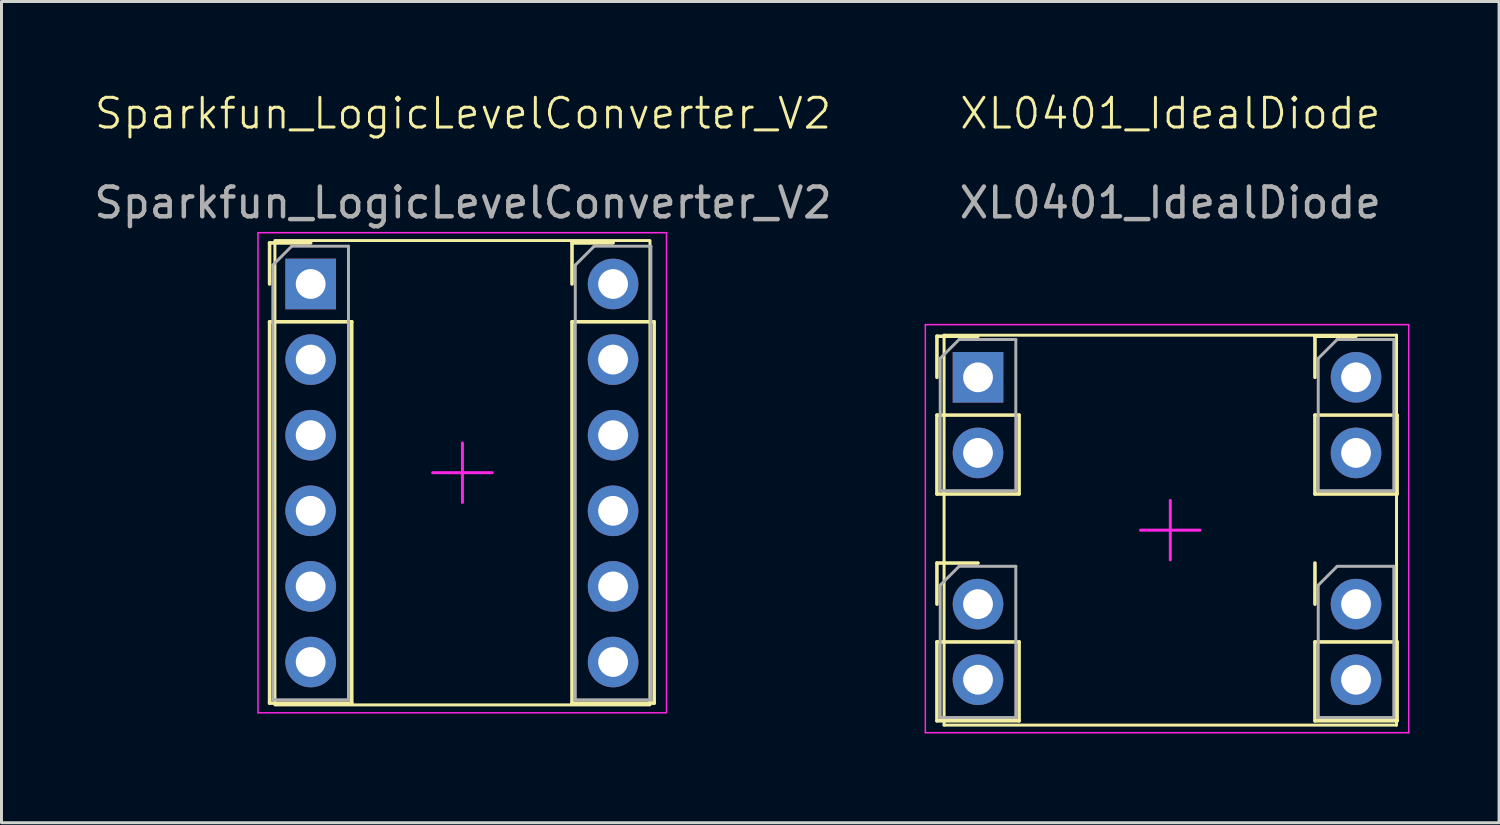
<source format=kicad_pcb>
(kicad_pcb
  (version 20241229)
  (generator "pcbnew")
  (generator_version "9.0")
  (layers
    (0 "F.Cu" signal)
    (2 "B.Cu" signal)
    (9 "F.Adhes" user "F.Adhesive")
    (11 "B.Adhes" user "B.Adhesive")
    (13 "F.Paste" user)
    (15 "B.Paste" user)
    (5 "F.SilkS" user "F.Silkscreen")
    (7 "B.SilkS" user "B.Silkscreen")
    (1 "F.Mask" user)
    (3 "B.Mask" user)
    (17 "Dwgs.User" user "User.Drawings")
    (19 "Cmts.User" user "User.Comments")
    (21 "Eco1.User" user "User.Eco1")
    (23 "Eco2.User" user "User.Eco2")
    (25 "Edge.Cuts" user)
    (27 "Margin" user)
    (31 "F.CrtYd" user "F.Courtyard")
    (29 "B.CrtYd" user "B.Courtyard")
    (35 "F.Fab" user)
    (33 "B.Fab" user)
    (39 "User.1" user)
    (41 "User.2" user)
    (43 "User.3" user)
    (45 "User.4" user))
  (footprint "Sparkfun_LogicLevelConverter_V2"
    (layer "F.Cu")
    (at 12.486 12.831)
    (property "Reference" "Sparkfun_LogicLevelConverter_V2" (at 0.02 -12.07 0) (unlocked yes) (layer "F.SilkS") (effects (font (size 1 1) (thickness 0.1))))
    (attr smd)
    (fp_line (start -6.479 -7.72) (end -5.099 -7.72) (stroke (width 0.12) (type solid)) (layer "F.SilkS"))
    (fp_line (start -6.479 -6.34) (end -6.479 -7.72) (stroke (width 0.12) (type solid)) (layer "F.SilkS"))
    (fp_line (start -6.479 -5.07) (end -6.479 7.74) (stroke (width 0.12) (type solid)) (layer "F.SilkS"))
    (fp_line (start -6.479 -5.07) (end -3.719 -5.07) (stroke (width 0.12) (type solid)) (layer "F.SilkS"))
    (fp_line (start -6.479 7.74) (end -3.719 7.74) (stroke (width 0.12) (type solid)) (layer "F.SilkS"))
    (fp_line (start -3.719 -5.07) (end -3.719 7.74) (stroke (width 0.12) (type solid)) (layer "F.SilkS"))
    (fp_line (start 3.681 -7.72) (end 5.061 -7.72) (stroke (width 0.12) (type solid)) (layer "F.SilkS"))
    (fp_line (start 3.681 -6.34) (end 3.681 -7.72) (stroke (width 0.12) (type solid)) (layer "F.SilkS"))
    (fp_line (start 3.681 -5.07) (end 3.681 7.74) (stroke (width 0.12) (type solid)) (layer "F.SilkS"))
    (fp_line (start 3.681 -5.07) (end 6.441 -5.07) (stroke (width 0.12) (type solid)) (layer "F.SilkS"))
    (fp_line (start 3.681 7.74) (end 6.441 7.74) (stroke (width 0.12) (type solid)) (layer "F.SilkS"))
    (fp_line (start 6.441 -5.07) (end 6.441 7.74) (stroke (width 0.12) (type solid)) (layer "F.SilkS"))
    (fp_rect (start -6.3 -7.8) (end 6.3 7.8) (stroke (width 0.1) (type solid)) (fill no) (layer "F.SilkS"))
    (fp_line (start -6.869 -8.063) (end -6.869 8.066) (stroke (width 0.05) (type solid)) (layer "F.CrtYd"))
    (fp_line (start -6.86 8.066) (end 6.839 8.066) (stroke (width 0.05) (type solid)) (layer "F.CrtYd"))
    (fp_line (start 0 0) (end -1 0) (stroke (width 0.1) (type solid)) (layer "F.CrtYd"))
    (fp_line (start 0 0) (end 0 -1) (stroke (width 0.1) (type solid)) (layer "F.CrtYd"))
    (fp_line (start 0 0) (end 0 1) (stroke (width 0.1) (type solid)) (layer "F.CrtYd"))
    (fp_line (start 0 0) (end 1 0) (stroke (width 0.1) (type solid)) (layer "F.CrtYd"))
    (fp_line (start 6.856 -8.063) (end -6.869 -8.063) (stroke (width 0.05) (type solid)) (layer "F.CrtYd"))
    (fp_line (start 6.856 8.066) (end 6.856 -8.063) (stroke (width 0.05) (type solid)) (layer "F.CrtYd"))
    (fp_line (start -6.369 -6.975) (end -5.734 -7.61) (stroke (width 0.1) (type solid)) (layer "F.Fab"))
    (fp_line (start -6.369 7.63) (end -6.369 -6.975) (stroke (width 0.1) (type solid)) (layer "F.Fab"))
    (fp_line (start -5.734 -7.61) (end -3.829 -7.61) (stroke (width 0.1) (type solid)) (layer "F.Fab"))
    (fp_line (start -3.829 -7.61) (end -3.829 7.63) (stroke (width 0.1) (type solid)) (layer "F.Fab"))
    (fp_line (start -3.829 7.63) (end -6.369 7.63) (stroke (width 0.1) (type solid)) (layer "F.Fab"))
    (fp_line (start 3.791 -6.975) (end 4.426 -7.61) (stroke (width 0.1) (type solid)) (layer "F.Fab"))
    (fp_line (start 3.791 7.63) (end 3.791 -6.975) (stroke (width 0.1) (type solid)) (layer "F.Fab"))
    (fp_line (start 4.426 -7.61) (end 6.331 -7.61) (stroke (width 0.1) (type solid)) (layer "F.Fab"))
    (fp_line (start 6.331 -7.61) (end 6.331 7.63) (stroke (width 0.1) (type solid)) (layer "F.Fab"))
    (fp_line (start 6.331 7.63) (end 3.791 7.63) (stroke (width 0.1) (type solid)) (layer "F.Fab"))
    (fp_text user "${REFERENCE}" (at 0.02 -9.07 0) (unlocked yes) (layer "F.Fab") (effects (font (size 1 1) (thickness 0.15))))
    (pad "1" thru_hole rect (at -5.099 -6.34) (size 1.7 1.7) (drill 1) (layers "*.Cu" "*.Mask"))
    (pad "2" thru_hole circle (at -5.099 -3.8) (size 1.7 1.7) (drill 1) (layers "*.Cu" "*.Mask"))
    (pad "3" thru_hole circle (at -5.099 -1.26) (size 1.7 1.7) (drill 1) (layers "*.Cu" "*.Mask"))
    (pad "4" thru_hole circle (at -5.099 1.28) (size 1.7 1.7) (drill 1) (layers "*.Cu" "*.Mask"))
    (pad "5" thru_hole circle (at -5.099 3.82) (size 1.7 1.7) (drill 1) (layers "*.Cu" "*.Mask"))
    (pad "6" thru_hole circle (at -5.099 6.36) (size 1.7 1.7) (drill 1) (layers "*.Cu" "*.Mask"))
    (pad "7" thru_hole circle (at 5.061 6.36) (size 1.7 1.7) (drill 1) (layers "*.Cu" "*.Mask"))
    (pad "8" thru_hole circle (at 5.061 3.82) (size 1.7 1.7) (drill 1) (layers "*.Cu" "*.Mask"))
    (pad "9" thru_hole circle (at 5.061 1.28) (size 1.7 1.7) (drill 1) (layers "*.Cu" "*.Mask"))
    (pad "10" thru_hole circle (at 5.061 -1.26) (size 1.7 1.7) (drill 1) (layers "*.Cu" "*.Mask"))
    (pad "11" thru_hole circle (at 5.061 -3.8) (size 1.7 1.7) (drill 1) (layers "*.Cu" "*.Mask"))
    (pad "12" thru_hole circle (at 5.061 -6.34) (size 1.7 1.7) (drill 1) (layers "*.Cu" "*.Mask")))
  (footprint "XL0401_IdealDiode"
    (layer "F.Cu")
    (at 36.267 14.761)
    (property "Reference" "XL0401_IdealDiode" (at 0 -14 0) (unlocked yes) (layer "F.SilkS") (effects (font (size 1 1) (thickness 0.1))))
    (attr smd)
    (fp_line (start -7.84 -6.515) (end -6.46 -6.515) (stroke (width 0.12) (type solid)) (layer "F.SilkS"))
    (fp_line (start -7.84 -5.135) (end -7.84 -6.515) (stroke (width 0.12) (type solid)) (layer "F.SilkS"))
    (fp_line (start -7.84 -3.865) (end -7.84 -1.215) (stroke (width 0.12) (type solid)) (layer "F.SilkS"))
    (fp_line (start -7.84 -3.865) (end -5.08 -3.865) (stroke (width 0.12) (type solid)) (layer "F.SilkS"))
    (fp_line (start -7.84 -1.215) (end -5.08 -1.215) (stroke (width 0.12) (type solid)) (layer "F.SilkS"))
    (fp_line (start -7.84 1.105) (end -6.46 1.105) (stroke (width 0.12) (type solid)) (layer "F.SilkS"))
    (fp_line (start -7.84 2.485) (end -7.84 1.105) (stroke (width 0.12) (type solid)) (layer "F.SilkS"))
    (fp_line (start -7.84 3.755) (end -7.84 6.405) (stroke (width 0.12) (type solid)) (layer "F.SilkS"))
    (fp_line (start -7.84 3.755) (end -5.08 3.755) (stroke (width 0.12) (type solid)) (layer "F.SilkS"))
    (fp_line (start -7.84 6.405) (end -5.08 6.405) (stroke (width 0.12) (type solid)) (layer "F.SilkS"))
    (fp_line (start -7.6 -6.55) (end -7.6 6.55) (stroke (width 0.1) (type solid)) (layer "F.SilkS"))
    (fp_line (start -5.08 -3.865) (end -5.08 -1.215) (stroke (width 0.12) (type solid)) (layer "F.SilkS"))
    (fp_line (start -5.08 3.755) (end -5.08 6.405) (stroke (width 0.12) (type solid)) (layer "F.SilkS"))
    (fp_line (start 4.86 -6.515) (end 6.24 -6.515) (stroke (width 0.12) (type solid)) (layer "F.SilkS"))
    (fp_line (start 4.86 -5.135) (end 4.86 -6.515) (stroke (width 0.12) (type solid)) (layer "F.SilkS"))
    (fp_line (start 4.86 -3.865) (end 4.86 -1.215) (stroke (width 0.12) (type solid)) (layer "F.SilkS"))
    (fp_line (start 4.86 -3.865) (end 7.62 -3.865) (stroke (width 0.12) (type solid)) (layer "F.SilkS"))
    (fp_line (start 4.86 -1.215) (end 7.62 -1.215) (stroke (width 0.12) (type solid)) (layer "F.SilkS"))
    (fp_line (start 4.86 2.485) (end 4.86 1.105) (stroke (width 0.12) (type solid)) (layer "F.SilkS"))
    (fp_line (start 4.86 3.755) (end 4.86 6.405) (stroke (width 0.12) (type solid)) (layer "F.SilkS"))
    (fp_line (start 4.86 3.755) (end 7.62 3.755) (stroke (width 0.12) (type solid)) (layer "F.SilkS"))
    (fp_line (start 4.86 6.405) (end 7.62 6.405) (stroke (width 0.12) (type solid)) (layer "F.SilkS"))
    (fp_line (start 7.6 -6.55) (end -7.6 -6.55) (stroke (width 0.1) (type solid)) (layer "F.SilkS"))
    (fp_line (start 7.6 -6.55) (end 7.6 6.55) (stroke (width 0.1) (type solid)) (layer "F.SilkS"))
    (fp_line (start 7.6 6.55) (end -7.6 6.55) (stroke (width 0.1) (type solid)) (layer "F.SilkS"))
    (fp_line (start 7.62 -3.865) (end 7.62 -1.215) (stroke (width 0.12) (type solid)) (layer "F.SilkS"))
    (fp_line (start 7.62 3.755) (end 7.62 6.405) (stroke (width 0.12) (type solid)) (layer "F.SilkS"))
    (fp_line (start -8.23 -6.9) (end -8.23 6.805) (stroke (width 0.05) (type solid)) (layer "F.CrtYd"))
    (fp_line (start -8.23 6.805) (end 8.02 6.805) (stroke (width 0.05) (type solid)) (layer "F.CrtYd"))
    (fp_line (start -1 0) (end 0 0) (stroke (width 0.1) (type solid)) (layer "F.CrtYd"))
    (fp_line (start 0 -1) (end 0 0) (stroke (width 0.1) (type solid)) (layer "F.CrtYd"))
    (fp_line (start 0 1) (end 0 0) (stroke (width 0.1) (type solid)) (layer "F.CrtYd"))
    (fp_line (start 1 0) (end 0 0) (stroke (width 0.1) (type solid)) (layer "F.CrtYd"))
    (fp_line (start 8.01 -6.905) (end -8.23 -6.905) (stroke (width 0.05) (type solid)) (layer "F.CrtYd"))
    (fp_line (start 8.01 6.805) (end 8.01 -6.9) (stroke (width 0.05) (type solid)) (layer "F.CrtYd"))
    (fp_line (start -7.73 -5.77) (end -7.095 -6.405) (stroke (width 0.1) (type solid)) (layer "F.Fab"))
    (fp_line (start -7.73 -1.325) (end -7.73 -5.77) (stroke (width 0.1) (type solid)) (layer "F.Fab"))
    (fp_line (start -7.73 1.85) (end -7.095 1.215) (stroke (width 0.1) (type solid)) (layer "F.Fab"))
    (fp_line (start -7.73 6.295) (end -7.73 1.85) (stroke (width 0.1) (type solid)) (layer "F.Fab"))
    (fp_line (start -7.095 -6.405) (end -5.19 -6.405) (stroke (width 0.1) (type solid)) (layer "F.Fab"))
    (fp_line (start -7.095 1.215) (end -5.19 1.215) (stroke (width 0.1) (type solid)) (layer "F.Fab"))
    (fp_line (start -5.19 -6.405) (end -5.19 -1.325) (stroke (width 0.1) (type solid)) (layer "F.Fab"))
    (fp_line (start -5.19 -1.325) (end -7.73 -1.325) (stroke (width 0.1) (type solid)) (layer "F.Fab"))
    (fp_line (start -5.19 1.215) (end -5.19 6.295) (stroke (width 0.1) (type solid)) (layer "F.Fab"))
    (fp_line (start -5.19 6.295) (end -7.73 6.295) (stroke (width 0.1) (type solid)) (layer "F.Fab"))
    (fp_line (start 4.97 -5.77) (end 5.605 -6.405) (stroke (width 0.1) (type solid)) (layer "F.Fab"))
    (fp_line (start 4.97 -1.325) (end 4.97 -5.77) (stroke (width 0.1) (type solid)) (layer "F.Fab"))
    (fp_line (start 4.97 1.85) (end 5.605 1.215) (stroke (width 0.1) (type solid)) (layer "F.Fab"))
    (fp_line (start 4.97 6.295) (end 4.97 1.85) (stroke (width 0.1) (type solid)) (layer "F.Fab"))
    (fp_line (start 5.605 -6.405) (end 7.51 -6.405) (stroke (width 0.1) (type solid)) (layer "F.Fab"))
    (fp_line (start 5.605 1.215) (end 7.51 1.215) (stroke (width 0.1) (type solid)) (layer "F.Fab"))
    (fp_line (start 7.51 -6.405) (end 7.51 -1.325) (stroke (width 0.1) (type solid)) (layer "F.Fab"))
    (fp_line (start 7.51 -1.325) (end 4.97 -1.325) (stroke (width 0.1) (type solid)) (layer "F.Fab"))
    (fp_line (start 7.51 1.215) (end 7.51 6.295) (stroke (width 0.1) (type solid)) (layer "F.Fab"))
    (fp_line (start 7.51 6.295) (end 4.97 6.295) (stroke (width 0.1) (type solid)) (layer "F.Fab"))
    (fp_text user "${REFERENCE}" (at 0 -11 0) (unlocked yes) (layer "F.Fab") (effects (font (size 1 1) (thickness 0.15))))
    (pad "1" thru_hole rect (at -6.46 -5.135) (size 1.7 1.7) (drill 1) (layers "*.Cu" "*.Mask"))
    (pad "2" thru_hole circle (at -6.46 -2.595) (size 1.7 1.7) (drill 1) (layers "*.Cu" "*.Mask"))
    (pad "3" thru_hole circle (at -6.46 2.485) (size 1.7 1.7) (drill 1) (layers "*.Cu" "*.Mask"))
    (pad "4" thru_hole circle (at -6.46 5.025) (size 1.7 1.7) (drill 1) (layers "*.Cu" "*.Mask"))
    (pad "5" thru_hole circle (at 6.24 5.025) (size 1.7 1.7) (drill 1) (layers "*.Cu" "*.Mask"))
    (pad "6" thru_hole circle (at 6.24 2.485) (size 1.7 1.7) (drill 1) (layers "*.Cu" "*.Mask"))
    (pad "7" thru_hole circle (at 6.24 -2.595) (size 1.7 1.7) (drill 1) (layers "*.Cu" "*.Mask"))
    (pad "8" thru_hole circle (at 6.24 -5.135) (size 1.7 1.7) (drill 1) (layers "*.Cu" "*.Mask")))
  (gr_rect
    (start -3 -3)
    (end 47.312 24.59)
    (stroke (width 0.1) (type default))
    (fill no)
    (layer "Edge.Cuts")))
</source>
